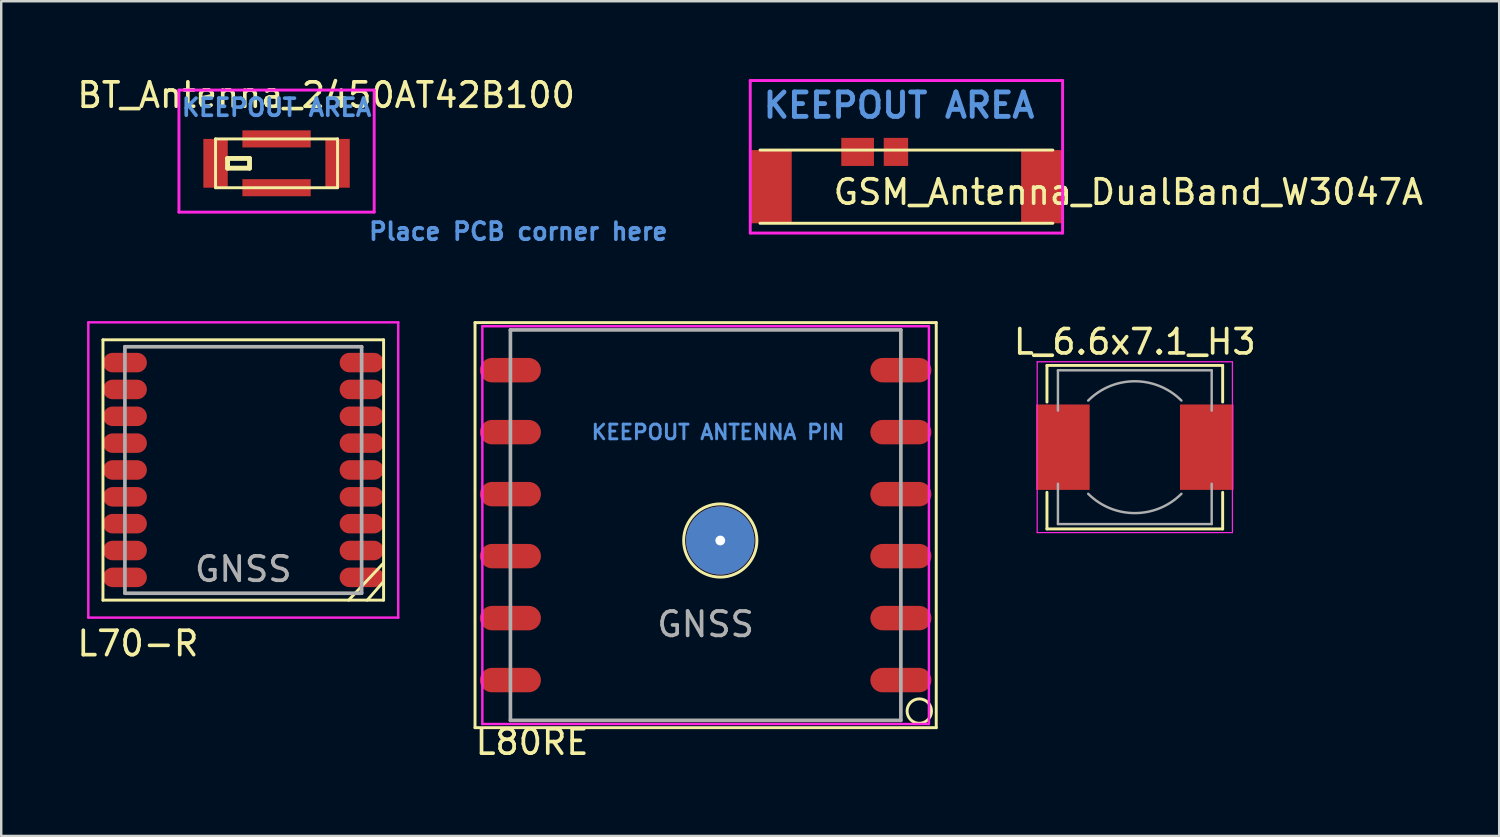
<source format=kicad_pcb>
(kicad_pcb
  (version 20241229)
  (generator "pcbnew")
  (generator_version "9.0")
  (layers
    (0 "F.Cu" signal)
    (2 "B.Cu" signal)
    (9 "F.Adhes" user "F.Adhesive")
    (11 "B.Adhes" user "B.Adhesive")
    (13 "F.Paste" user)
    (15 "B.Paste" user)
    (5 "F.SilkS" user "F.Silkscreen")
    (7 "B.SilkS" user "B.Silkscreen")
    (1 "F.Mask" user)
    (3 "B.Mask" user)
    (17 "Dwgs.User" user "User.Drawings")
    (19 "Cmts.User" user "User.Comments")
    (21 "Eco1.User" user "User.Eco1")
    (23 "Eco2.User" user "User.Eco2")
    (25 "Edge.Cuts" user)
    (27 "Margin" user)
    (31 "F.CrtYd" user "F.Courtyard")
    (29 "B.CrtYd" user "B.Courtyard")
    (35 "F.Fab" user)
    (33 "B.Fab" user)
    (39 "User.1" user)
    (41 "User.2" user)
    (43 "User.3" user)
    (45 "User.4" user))
  (footprint "GSM_Antenna_DualBand_W3047A"
    (layer "F.Cu")
    (at 27.694 0.25)
    (property "Reference" "GSM_Antenna_DualBand_W3047A" (at 15.494 4.572 0) (layer "F.SilkS") (effects (font (size 1 1) (thickness 0.15))))
    (attr through_hole)
    (fp_line (start 0.4 2.85) (end 12.4 2.85) (stroke (width 0.12) (type solid)) (layer "F.SilkS"))
    (fp_line (start 0.4 5.85) (end 12.4 5.85) (stroke (width 0.12) (type solid)) (layer "F.SilkS"))
    (fp_line (start 0 0) (end 12.8 0) (stroke (width 0.12) (type solid)) (layer "F.CrtYd"))
    (fp_line (start 0 6.25) (end 0 0) (stroke (width 0.12) (type solid)) (layer "F.CrtYd"))
    (fp_line (start 12.8 0) (end 12.8 6.25) (stroke (width 0.12) (type solid)) (layer "F.CrtYd"))
    (fp_line (start 12.8 6.25) (end 0 6.25) (stroke (width 0.12) (type solid)) (layer "F.CrtYd"))
    (fp_text user "KEEPOUT AREA" (at 6.096 1.016 0) (layer "Cmts.User") (effects (font (size 1 1) (thickness 0.2))))
    (pad "1" smd rect (at 4.4 2.925) (size 1.34 1.15) (layers "F.Cu" "F.Mask" "F.Paste"))
    (pad "2" smd rect (at 0.85 4.35) (size 1.7 3) (layers "F.Cu" "F.Mask" "F.Paste"))
    (pad "2" smd rect (at 5.97 2.925) (size 1 1.15) (layers "F.Cu" "F.Mask" "F.Paste"))
    (pad "2" smd rect (at 11.95 4.35) (size 1.7 3) (layers "F.Cu" "F.Mask" "F.Paste")))
  (footprint "BT_Antenna_2450AT42B100"
    (layer "F.Cu")
    (at 8.283 3.642)
    (property "Reference" "BT_Antenna_2450AT42B100" (at 2.032 -2.794 0) (layer "F.SilkS") (effects (font (size 1 1) (thickness 0.15))))
    (attr through_hole)
    (fp_line (start -2.5 -1) (end 2.5 -1) (stroke (width 0.12) (type solid)) (layer "F.SilkS"))
    (fp_line (start -2.5 1) (end -2.5 -1) (stroke (width 0.12) (type solid)) (layer "F.SilkS"))
    (fp_line (start -2.008 -0.2) (end -1.108 -0.2) (stroke (width 0.2) (type solid)) (layer "F.SilkS"))
    (fp_line (start -2.008 0.2) (end -2.008 -0.2) (stroke (width 0.2) (type solid)) (layer "F.SilkS"))
    (fp_line (start -1.108 -0.2) (end -1.108 0.2) (stroke (width 0.2) (type solid)) (layer "F.SilkS"))
    (fp_line (start -1.108 0.2) (end -2.008 0.2) (stroke (width 0.2) (type solid)) (layer "F.SilkS"))
    (fp_line (start 2.5 -1) (end 2.5 1) (stroke (width 0.12) (type solid)) (layer "F.SilkS"))
    (fp_line (start 2.5 1) (end -2.5 1) (stroke (width 0.12) (type solid)) (layer "F.SilkS"))
    (fp_line (start -4 -3) (end 4 -3) (stroke (width 0.12) (type solid)) (layer "F.CrtYd"))
    (fp_line (start -4 2) (end -4 -3) (stroke (width 0.12) (type solid)) (layer "F.CrtYd"))
    (fp_line (start 4 -3) (end 4 2) (stroke (width 0.12) (type solid)) (layer "F.CrtYd"))
    (fp_line (start 4 2) (end -4 2) (stroke (width 0.12) (type solid)) (layer "F.CrtYd"))
    (fp_text user "Place PCB corner here" (at 9.906 2.794 0) (layer "Cmts.User") (effects (font (size 0.7 0.7) (thickness 0.15))))
    (fp_text user "KEEPOUT AREA" (at 0 -2.286 0) (layer "Cmts.User") (effects (font (size 0.7 0.7) (thickness 0.15))))
    (pad "" smd rect (at 0 -1) (size 2.8 0.7) (layers "F.Cu" "F.Mask" "F.Paste"))
    (pad "" smd rect (at 0 1) (size 2.8 0.7) (layers "F.Cu" "F.Mask" "F.Paste"))
    (pad "" smd rect (at 2.5 0) (size 1 2) (layers "F.Cu" "F.Mask" "F.Paste"))
    (pad "1" smd rect (at -2.5 0) (size 1 2) (layers "F.Cu" "F.Mask" "F.Paste")))
  (footprint "L80RE"
    (layer "F.Cu")
    (at 25.866 18.469)
    (property "Reference" "L80RE" (at -7.112 8.89 0) (layer "F.SilkS") (effects (font (size 1 1) (thickness 0.15))))
    (attr through_hole)
    (fp_line (start -9.45 -8.3) (end 9.45 -8.3) (stroke (width 0.12) (type solid)) (layer "F.SilkS"))
    (fp_line (start -9.45 8.3) (end -9.45 -8.3) (stroke (width 0.12) (type solid)) (layer "F.SilkS"))
    (fp_line (start 9.45 -8.3) (end 9.45 8.3) (stroke (width 0.12) (type solid)) (layer "F.SilkS"))
    (fp_line (start 9.45 8.3) (end -9.45 8.3) (stroke (width 0.12) (type solid)) (layer "F.SilkS"))
    (fp_circle (center 0.6 0.63) (end 2.1 0.63) (stroke (width 0.12) (type solid)) (fill no) (layer "F.SilkS"))
    (fp_circle (center 8.755 7.62) (end 9.255 7.62) (stroke (width 0.12) (type solid)) (fill no) (layer "F.SilkS"))
    (fp_line (start -9.15 -8.15) (end 9.15 -8.15) (stroke (width 0.1) (type solid)) (layer "F.CrtYd"))
    (fp_line (start -9.15 8.15) (end -9.15 -8.15) (stroke (width 0.1) (type solid)) (layer "F.CrtYd"))
    (fp_line (start 9.15 -8.15) (end 9.15 8.15) (stroke (width 0.1) (type solid)) (layer "F.CrtYd"))
    (fp_line (start 9.15 8.15) (end -9.15 8.15) (stroke (width 0.1) (type solid)) (layer "F.CrtYd"))
    (fp_line (start -8 -8) (end 8 -8) (stroke (width 0.15) (type solid)) (layer "F.Fab"))
    (fp_line (start -8 8) (end -8 -8) (stroke (width 0.15) (type solid)) (layer "F.Fab"))
    (fp_line (start 8 -8) (end 8 8) (stroke (width 0.15) (type solid)) (layer "F.Fab"))
    (fp_line (start 8 8) (end -8 8) (stroke (width 0.15) (type solid)) (layer "F.Fab"))
    (fp_text user "KEEPOUT ANTENNA PIN" (at 0.508 -3.81 0) (layer "Cmts.User") (effects (font (size 0.6 0.6) (thickness 0.12))))
    (fp_text user "GNSS" (at 0 4.064 0) (layer "F.Fab") (effects (font (size 1 1) (thickness 0.15))))
    (pad "" np_thru_hole circle (at 0.6 0.63) (size 2.8 2.8) (drill 0.4) (layers "*.Cu" "*.Mask"))
    (pad "1" smd oval (at 8 6.35) (size 2.5 1) (layers "F.Cu" "F.Mask" "F.Paste"))
    (pad "2" smd oval (at 8 3.81) (size 2.5 1) (layers "F.Cu" "F.Mask" "F.Paste"))
    (pad "3" smd oval (at 8 1.27) (size 2.5 1) (layers "F.Cu" "F.Mask" "F.Paste"))
    (pad "4" smd oval (at 8 -1.27) (size 2.5 1) (layers "F.Cu" "F.Mask" "F.Paste"))
    (pad "5" smd oval (at 8 -3.81) (size 2.5 1) (layers "F.Cu" "F.Mask" "F.Paste"))
    (pad "6" smd oval (at 8 -6.35) (size 2.5 1) (layers "F.Cu" "F.Mask" "F.Paste"))
    (pad "7" smd oval (at -8 -6.35) (size 2.5 1) (layers "F.Cu" "F.Mask" "F.Paste"))
    (pad "8" smd oval (at -8 -3.81) (size 2.5 1) (layers "F.Cu" "F.Mask" "F.Paste"))
    (pad "9" smd oval (at -8 -1.27) (size 2.5 1) (layers "F.Cu" "F.Mask" "F.Paste"))
    (pad "10" smd oval (at -8 1.27) (size 2.5 1) (layers "F.Cu" "F.Mask" "F.Paste"))
    (pad "11" smd oval (at -8 3.81) (size 2.5 1) (layers "F.Cu" "F.Mask" "F.Paste"))
    (pad "12" smd oval (at -8 6.35) (size 2.5 1) (layers "F.Cu" "F.Mask" "F.Paste")))
  (footprint "L_6.6x7.1_H3"
    (layer "F.Cu")
    (at 43.453 15.275)
    (property "Reference" "L_6.6x7.1_H3" (at 0 -4.318 0) (layer "F.SilkS") (effects (font (size 1 1) (thickness 0.15))))
    (attr through_hole)
    (fp_line (start -3.6 -3.35) (end 3.6 -3.35) (stroke (width 0.12) (type solid)) (layer "F.SilkS"))
    (fp_line (start -3.6 -1.85) (end -3.6 -3.35) (stroke (width 0.12) (type solid)) (layer "F.SilkS"))
    (fp_line (start -3.6 3.35) (end -3.6 1.85) (stroke (width 0.12) (type solid)) (layer "F.SilkS"))
    (fp_line (start 3.6 -3.35) (end 3.6 -1.85) (stroke (width 0.12) (type solid)) (layer "F.SilkS"))
    (fp_line (start 3.6 1.85) (end 3.6 3.35) (stroke (width 0.12) (type solid)) (layer "F.SilkS"))
    (fp_line (start 3.6 3.35) (end -3.6 3.35) (stroke (width 0.12) (type solid)) (layer "F.SilkS"))
    (fp_line (start -4 -3.5) (end -4 3.5) (stroke (width 0.05) (type solid)) (layer "F.CrtYd"))
    (fp_line (start -4 3.5) (end 4 3.5) (stroke (width 0.05) (type solid)) (layer "F.CrtYd"))
    (fp_line (start 4 -3.5) (end -4 -3.5) (stroke (width 0.05) (type solid)) (layer "F.CrtYd"))
    (fp_line (start 4 3.5) (end 4 -3.5) (stroke (width 0.05) (type solid)) (layer "F.CrtYd"))
    (fp_line (start -3.15 -3.15) (end -3.15 -1.5) (stroke (width 0.1) (type solid)) (layer "F.Fab"))
    (fp_line (start -3.15 -3.15) (end 3.15 -3.15) (stroke (width 0.1) (type solid)) (layer "F.Fab"))
    (fp_line (start -3.15 3.15) (end -3.15 1.5) (stroke (width 0.1) (type solid)) (layer "F.Fab"))
    (fp_line (start -3.15 3.15) (end 3.15 3.15) (stroke (width 0.1) (type solid)) (layer "F.Fab"))
    (fp_line (start 3.15 -3.15) (end 3.15 -1.5) (stroke (width 0.1) (type solid)) (layer "F.Fab"))
    (fp_line (start 3.15 3.15) (end 3.15 1.5) (stroke (width 0.1) (type solid)) (layer "F.Fab"))
    (fp_arc (start -1.91 -1.91) (mid 0 -2.701148) (end 1.91 -1.91) (stroke (width 0.1) (type solid)) (layer "F.Fab"))
    (fp_arc (start 1.91 1.91) (mid 0 2.701148) (end -1.91 1.91) (stroke (width 0.1) (type solid)) (layer "F.Fab"))
    (pad "1" smd rect (at -2.95 0) (size 2.2 3.5) (layers "F.Cu" "F.Mask" "F.Paste"))
    (pad "2" smd rect (at 2.95 0) (size 2.2 3.5) (layers "F.Cu" "F.Mask" "F.Paste")))
  (footprint "L70-R"
    (layer "F.Cu")
    (at 6.919 16.209)
    (property "Reference" "L70-R" (at -4.318 7.112 0) (layer "F.SilkS") (effects (font (size 1 1) (thickness 0.15))))
    (attr through_hole)
    (fp_line (start -5.75 -5.334) (end 5.75 -5.334) (stroke (width 0.12) (type solid)) (layer "F.SilkS"))
    (fp_line (start -5.75 5.334) (end -5.75 -5.334) (stroke (width 0.12) (type solid)) (layer "F.SilkS"))
    (fp_line (start 4.318 5.334) (end 5.75 3.81) (stroke (width 0.12) (type solid)) (layer "F.SilkS"))
    (fp_line (start 5.08 5.334) (end 5.75 4.572) (stroke (width 0.12) (type solid)) (layer "F.SilkS"))
    (fp_line (start 5.75 -5.334) (end 5.75 5.334) (stroke (width 0.12) (type solid)) (layer "F.SilkS"))
    (fp_line (start 5.75 5.334) (end -5.75 5.334) (stroke (width 0.12) (type solid)) (layer "F.SilkS"))
    (fp_line (start -6.35 -6.05) (end 6.35 -6.05) (stroke (width 0.1) (type solid)) (layer "F.CrtYd"))
    (fp_line (start -6.35 6.05) (end -6.35 -6.05) (stroke (width 0.1) (type solid)) (layer "F.CrtYd"))
    (fp_line (start 6.35 -6.05) (end 6.35 6.05) (stroke (width 0.1) (type solid)) (layer "F.CrtYd"))
    (fp_line (start 6.35 6.05) (end -6.35 6.05) (stroke (width 0.1) (type solid)) (layer "F.CrtYd"))
    (fp_line (start -4.85 -5.05) (end 4.85 -5.05) (stroke (width 0.15) (type solid)) (layer "F.Fab"))
    (fp_line (start -4.85 5.05) (end -4.85 -5.05) (stroke (width 0.15) (type solid)) (layer "F.Fab"))
    (fp_line (start 4.85 -5.05) (end 4.85 5.05) (stroke (width 0.15) (type solid)) (layer "F.Fab"))
    (fp_line (start 4.85 5.05) (end -4.85 5.05) (stroke (width 0.15) (type solid)) (layer "F.Fab"))
    (fp_text user "GNSS" (at 0 4.064 0) (layer "F.Fab") (effects (font (size 1 1) (thickness 0.15))))
    (pad "1" smd oval (at 4.85 4.4) (size 1.8 0.8) (layers "F.Cu" "F.Mask" "F.Paste"))
    (pad "2" smd oval (at 4.85 3.3) (size 1.8 0.8) (layers "F.Cu" "F.Mask" "F.Paste"))
    (pad "3" smd oval (at 4.85 2.2) (size 1.8 0.8) (layers "F.Cu" "F.Mask" "F.Paste"))
    (pad "4" smd oval (at 4.85 1.1) (size 1.8 0.8) (layers "F.Cu" "F.Mask" "F.Paste"))
    (pad "5" smd oval (at 4.85 0) (size 1.8 0.8) (layers "F.Cu" "F.Mask" "F.Paste"))
    (pad "6" smd oval (at 4.85 -1.1) (size 1.8 0.8) (layers "F.Cu" "F.Mask" "F.Paste"))
    (pad "7" smd oval (at 4.85 -2.2) (size 1.8 0.8) (layers "F.Cu" "F.Mask" "F.Paste"))
    (pad "8" smd oval (at 4.85 -3.3) (size 1.8 0.8) (layers "F.Cu" "F.Mask" "F.Paste"))
    (pad "9" smd oval (at 4.85 -4.4) (size 1.8 0.8) (layers "F.Cu" "F.Mask" "F.Paste"))
    (pad "10" smd oval (at -4.85 -4.4) (size 1.8 0.8) (layers "F.Cu" "F.Mask" "F.Paste"))
    (pad "11" smd oval (at -4.85 -3.3) (size 1.8 0.8) (layers "F.Cu" "F.Mask" "F.Paste"))
    (pad "12" smd oval (at -4.85 -2.2) (size 1.8 0.8) (layers "F.Cu" "F.Mask" "F.Paste"))
    (pad "13" smd oval (at -4.85 -1.1) (size 1.8 0.8) (layers "F.Cu" "F.Mask" "F.Paste"))
    (pad "14" smd oval (at -4.85 0) (size 1.8 0.8) (layers "F.Cu" "F.Mask" "F.Paste"))
    (pad "15" smd oval (at -4.85 1.1) (size 1.8 0.8) (layers "F.Cu" "F.Mask" "F.Paste"))
    (pad "16" smd oval (at -4.85 2.2) (size 1.8 0.8) (layers "F.Cu" "F.Mask" "F.Paste"))
    (pad "17" smd oval (at -4.85 3.3) (size 1.8 0.8) (layers "F.Cu" "F.Mask" "F.Paste"))
    (pad "18" smd oval (at -4.85 4.4) (size 1.8 0.8) (layers "F.Cu" "F.Mask" "F.Paste")))
  (gr_rect
    (start -3 -3)
    (end 58.385 31.207)
    (stroke (width 0.1) (type default))
    (fill no)
    (layer "Edge.Cuts")))
</source>
